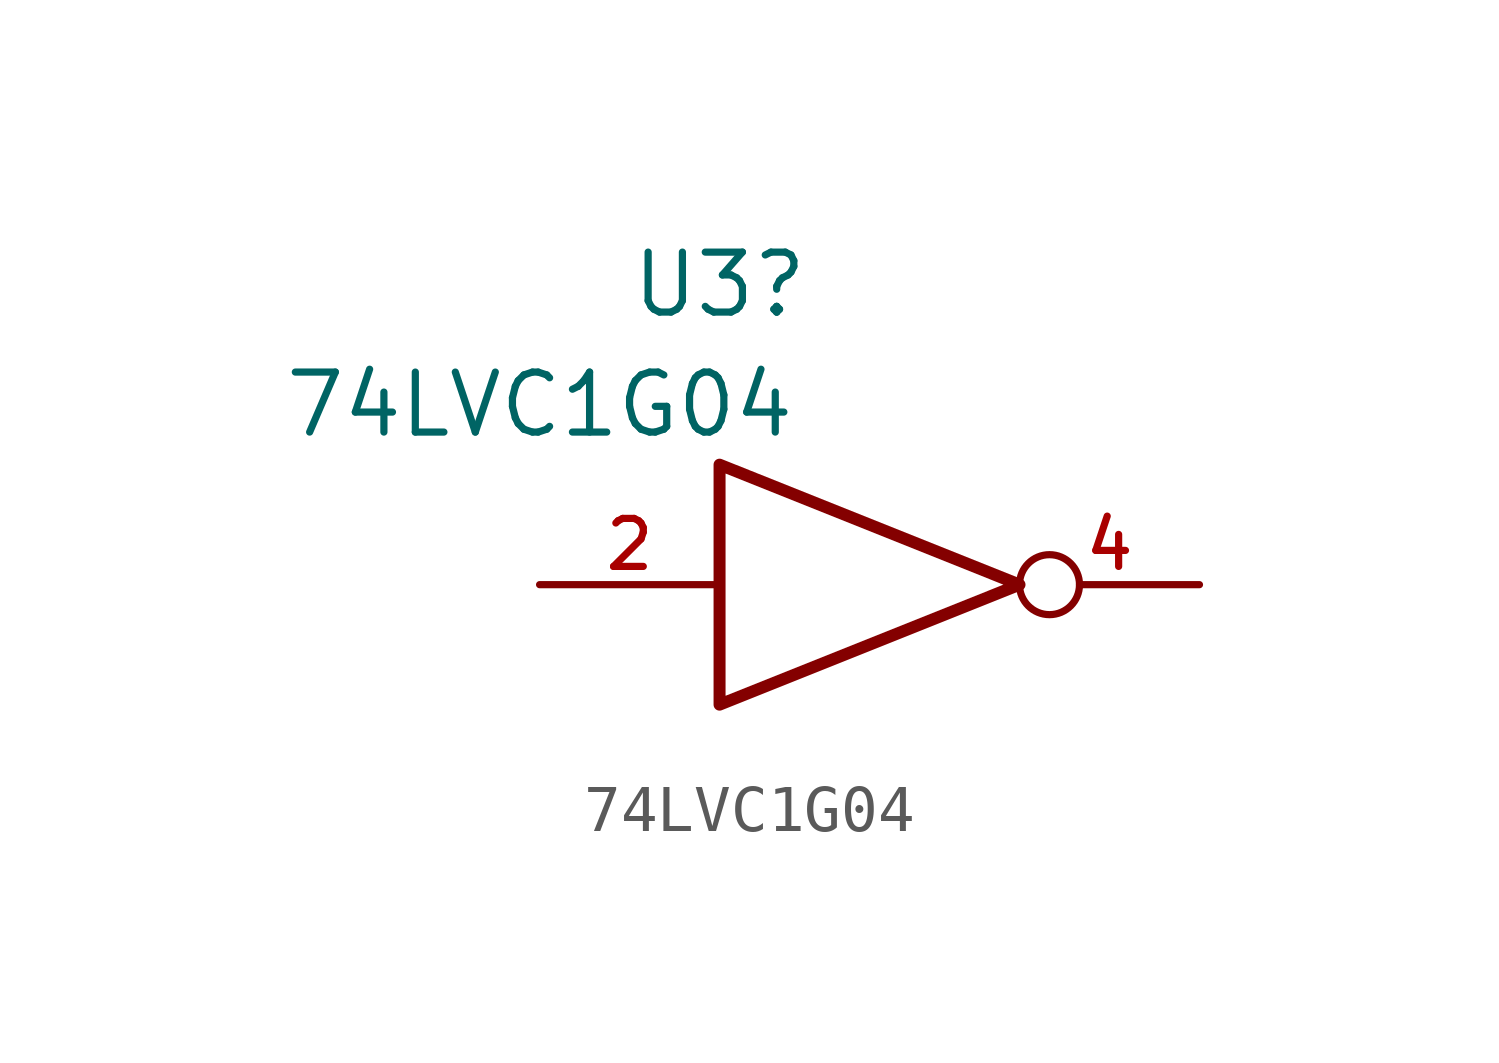
<source format=kicad_sym>
(kicad_symbol_lib
  (version 20211014)
  (generator kicad_symbol_editor)
  (symbol "74LVC1G04"
    (pin_names
      (offset 1.016))
    (property "Reference" "U3"
      (at -3.81 6.35 0)
      (effects (font (size 1.27 1.27))))
    (property "Value" "74LVC1G04"
      (at -7.62 3.81 0)
      (effects (font (size 1.27 1.27))))
    (symbol "74LVC1G04_0_0"
      (pin no_connect line (at -6.35 2.286 0) (length 2.54) hide (name "~" (effects (font (size 1.27 1.27)))) (number "1" (effects (font (size 1.27 1.27))))))
    (symbol "74LVC1G04_0_1"
      (polyline (pts (xy -3.81 2.54) (xy -3.81 -2.54) (xy 2.54 0) (xy -3.81 2.54)) (stroke (width 0.254) (type default) (color 0 0 0 0)) (fill (type none))))
    (symbol "74LVC1G04_1_1"
      (pin input line (at -7.62 0 0) (length 3.81) (name "~" (effects (font (size 1.016 1.016)))) (number "2" (effects (font (size 1.016 1.016)))))
      (pin power_in line (at 0 -2.54 270) (length 0) hide (name "GND" (effects (font (size 1.016 1.016)))) (number "3" (effects (font (size 1.016 1.016)))))
      (pin output inverted (at 6.35 0 180) (length 3.81) (name "~" (effects (font (size 1.016 1.016)))) (number "4" (effects (font (size 1.016 1.016)))))
      (pin power_in line (at 0 2.54 90) (length 0) hide (name "VCC" (effects (font (size 1.016 1.016)))) (number "5" (effects (font (size 1.016 1.016))))))))
</source>
